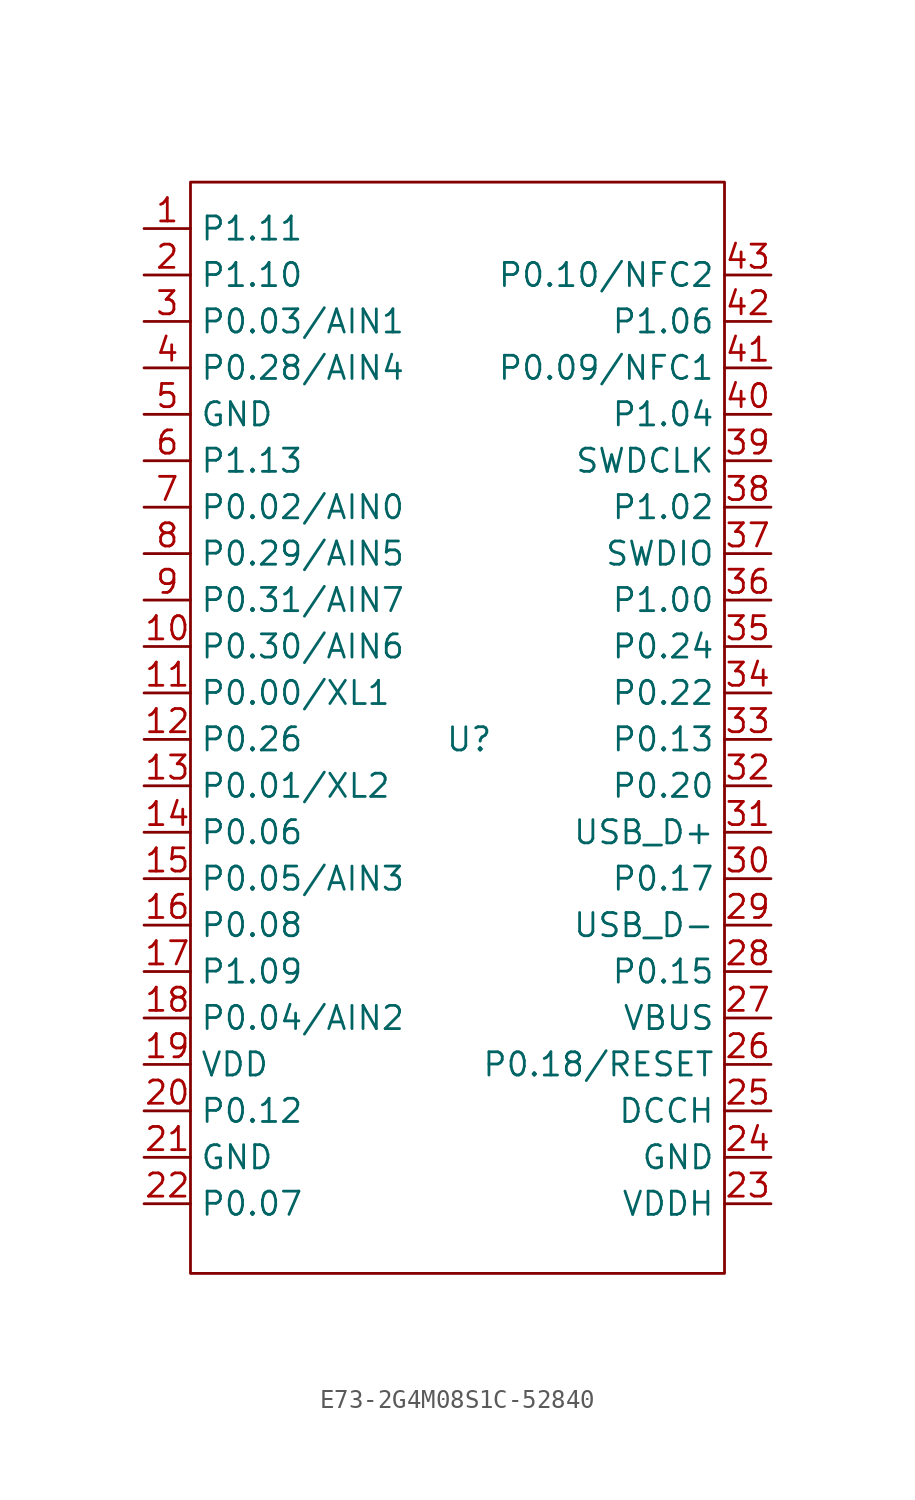
<source format=kicad_sym>
(kicad_symbol_lib
  (version 20241209)
  (generator "kicad_symbol_editor")
  (generator_version "9.0")
  (symbol "E73-2G4M08S1C-52840"
    (property "Reference" "U"
      (at 0 0 0)
      (effects (font (size 1.27 1.27))))
    (property "Value" ""
      (at 0 0 0)
      (effects (font (size 1.27 1.27))))
    (symbol "E73-2G4M08S1C-52840_0_1"
      (rectangle (start -15.24 30.48) (end 13.97 -29.21) (stroke (width 0) (type default)) (fill (type none))))
    (symbol "E73-2G4M08S1C-52840_1_1"
      (pin input line (at -17.78 27.94 0) (length 2.54) (name "P1.11" (effects (font (size 1.27 1.27)))) (number "1" (effects (font (size 1.27 1.27)))))
      (pin input line (at -17.78 25.4 0) (length 2.54) (name "P1.10" (effects (font (size 1.27 1.27)))) (number "2" (effects (font (size 1.27 1.27)))))
      (pin input line (at -17.78 22.86 0) (length 2.54) (name "P0.03/AIN1" (effects (font (size 1.27 1.27)))) (number "3" (effects (font (size 1.27 1.27)))))
      (pin input line (at -17.78 20.32 0) (length 2.54) (name "P0.28/AIN4" (effects (font (size 1.27 1.27)))) (number "4" (effects (font (size 1.27 1.27)))))
      (pin power_in line (at -17.78 17.78 0) (length 2.54) (name "GND" (effects (font (size 1.27 1.27)))) (number "5" (effects (font (size 1.27 1.27)))))
      (pin input line (at -17.78 15.24 0) (length 2.54) (name "P1.13" (effects (font (size 1.27 1.27)))) (number "6" (effects (font (size 1.27 1.27)))))
      (pin input line (at -17.78 12.7 0) (length 2.54) (name "P0.02/AIN0" (effects (font (size 1.27 1.27)))) (number "7" (effects (font (size 1.27 1.27)))))
      (pin input line (at -17.78 10.16 0) (length 2.54) (name "P0.29/AIN5" (effects (font (size 1.27 1.27)))) (number "8" (effects (font (size 1.27 1.27)))))
      (pin input line (at -17.78 7.62 0) (length 2.54) (name "P0.31/AIN7" (effects (font (size 1.27 1.27)))) (number "9" (effects (font (size 1.27 1.27)))))
      (pin input line (at -17.78 5.08 0) (length 2.54) (name "P0.30/AIN6" (effects (font (size 1.27 1.27)))) (number "10" (effects (font (size 1.27 1.27)))))
      (pin input line (at -17.78 2.54 0) (length 2.54) (name "P0.00/XL1" (effects (font (size 1.27 1.27)))) (number "11" (effects (font (size 1.27 1.27)))))
      (pin input line (at -17.78 0 0) (length 2.54) (name "P0.26" (effects (font (size 1.27 1.27)))) (number "12" (effects (font (size 1.27 1.27)))))
      (pin input line (at -17.78 -2.54 0) (length 2.54) (name "P0.01/XL2" (effects (font (size 1.27 1.27)))) (number "13" (effects (font (size 1.27 1.27)))))
      (pin input line (at -17.78 -5.08 0) (length 2.54) (name "P0.06" (effects (font (size 1.27 1.27)))) (number "14" (effects (font (size 1.27 1.27)))))
      (pin input line (at -17.78 -7.62 0) (length 2.54) (name "P0.05/AIN3" (effects (font (size 1.27 1.27)))) (number "15" (effects (font (size 1.27 1.27)))))
      (pin input line (at -17.78 -10.16 0) (length 2.54) (name "P0.08" (effects (font (size 1.27 1.27)))) (number "16" (effects (font (size 1.27 1.27)))))
      (pin input line (at -17.78 -12.7 0) (length 2.54) (name "P1.09" (effects (font (size 1.27 1.27)))) (number "17" (effects (font (size 1.27 1.27)))))
      (pin input line (at -17.78 -15.24 0) (length 2.54) (name "P0.04/AIN2" (effects (font (size 1.27 1.27)))) (number "18" (effects (font (size 1.27 1.27)))))
      (pin power_in line (at -17.78 -17.78 0) (length 2.54) (name "VDD" (effects (font (size 1.27 1.27)))) (number "19" (effects (font (size 1.27 1.27)))))
      (pin input line (at -17.78 -20.32 0) (length 2.54) (name "P0.12" (effects (font (size 1.27 1.27)))) (number "20" (effects (font (size 1.27 1.27)))))
      (pin power_in line (at -17.78 -22.86 0) (length 2.54) (name "GND" (effects (font (size 1.27 1.27)))) (number "21" (effects (font (size 1.27 1.27)))))
      (pin input line (at -17.78 -25.4 0) (length 2.54) (name "P0.07" (effects (font (size 1.27 1.27)))) (number "22" (effects (font (size 1.27 1.27)))))
      (pin input line (at 16.51 25.4 180) (length 2.54) (name "P0.10/NFC2" (effects (font (size 1.27 1.27)))) (number "43" (effects (font (size 1.27 1.27)))))
      (pin input line (at 16.51 22.86 180) (length 2.54) (name "P1.06" (effects (font (size 1.27 1.27)))) (number "42" (effects (font (size 1.27 1.27)))))
      (pin input line (at 16.51 20.32 180) (length 2.54) (name "P0.09/NFC1" (effects (font (size 1.27 1.27)))) (number "41" (effects (font (size 1.27 1.27)))))
      (pin input line (at 16.51 17.78 180) (length 2.54) (name "P1.04" (effects (font (size 1.27 1.27)))) (number "40" (effects (font (size 1.27 1.27)))))
      (pin input line (at 16.51 15.24 180) (length 2.54) (name "SWDCLK" (effects (font (size 1.27 1.27)))) (number "39" (effects (font (size 1.27 1.27)))))
      (pin input line (at 16.51 12.7 180) (length 2.54) (name "P1.02" (effects (font (size 1.27 1.27)))) (number "38" (effects (font (size 1.27 1.27)))))
      (pin input line (at 16.51 10.16 180) (length 2.54) (name "SWDIO" (effects (font (size 1.27 1.27)))) (number "37" (effects (font (size 1.27 1.27)))))
      (pin input line (at 16.51 7.62 180) (length 2.54) (name "P1.00" (effects (font (size 1.27 1.27)))) (number "36" (effects (font (size 1.27 1.27)))))
      (pin input line (at 16.51 5.08 180) (length 2.54) (name "P0.24" (effects (font (size 1.27 1.27)))) (number "35" (effects (font (size 1.27 1.27)))))
      (pin input line (at 16.51 2.54 180) (length 2.54) (name "P0.22" (effects (font (size 1.27 1.27)))) (number "34" (effects (font (size 1.27 1.27)))))
      (pin input line (at 16.51 0 180) (length 2.54) (name "P0.13" (effects (font (size 1.27 1.27)))) (number "33" (effects (font (size 1.27 1.27)))))
      (pin input line (at 16.51 -2.54 180) (length 2.54) (name "P0.20" (effects (font (size 1.27 1.27)))) (number "32" (effects (font (size 1.27 1.27)))))
      (pin input line (at 16.51 -5.08 180) (length 2.54) (name "USB_D+" (effects (font (size 1.27 1.27)))) (number "31" (effects (font (size 1.27 1.27)))))
      (pin input line (at 16.51 -7.62 180) (length 2.54) (name "P0.17" (effects (font (size 1.27 1.27)))) (number "30" (effects (font (size 1.27 1.27)))))
      (pin input line (at 16.51 -10.16 180) (length 2.54) (name "USB_D-" (effects (font (size 1.27 1.27)))) (number "29" (effects (font (size 1.27 1.27)))))
      (pin input line (at 16.51 -12.7 180) (length 2.54) (name "P0.15" (effects (font (size 1.27 1.27)))) (number "28" (effects (font (size 1.27 1.27)))))
      (pin power_in line (at 16.51 -15.24 180) (length 2.54) (name "VBUS" (effects (font (size 1.27 1.27)))) (number "27" (effects (font (size 1.27 1.27)))))
      (pin input line (at 16.51 -17.78 180) (length 2.54) (name "P0.18/RESET" (effects (font (size 1.27 1.27)))) (number "26" (effects (font (size 1.27 1.27)))))
      (pin power_in line (at 16.51 -20.32 180) (length 2.54) (name "DCCH" (effects (font (size 1.27 1.27)))) (number "25" (effects (font (size 1.27 1.27)))))
      (pin power_in line (at 16.51 -22.86 180) (length 2.54) (name "GND" (effects (font (size 1.27 1.27)))) (number "24" (effects (font (size 1.27 1.27)))))
      (pin power_in line (at 16.51 -25.4 180) (length 2.54) (name "VDDH" (effects (font (size 1.27 1.27)))) (number "23" (effects (font (size 1.27 1.27))))))))
</source>
